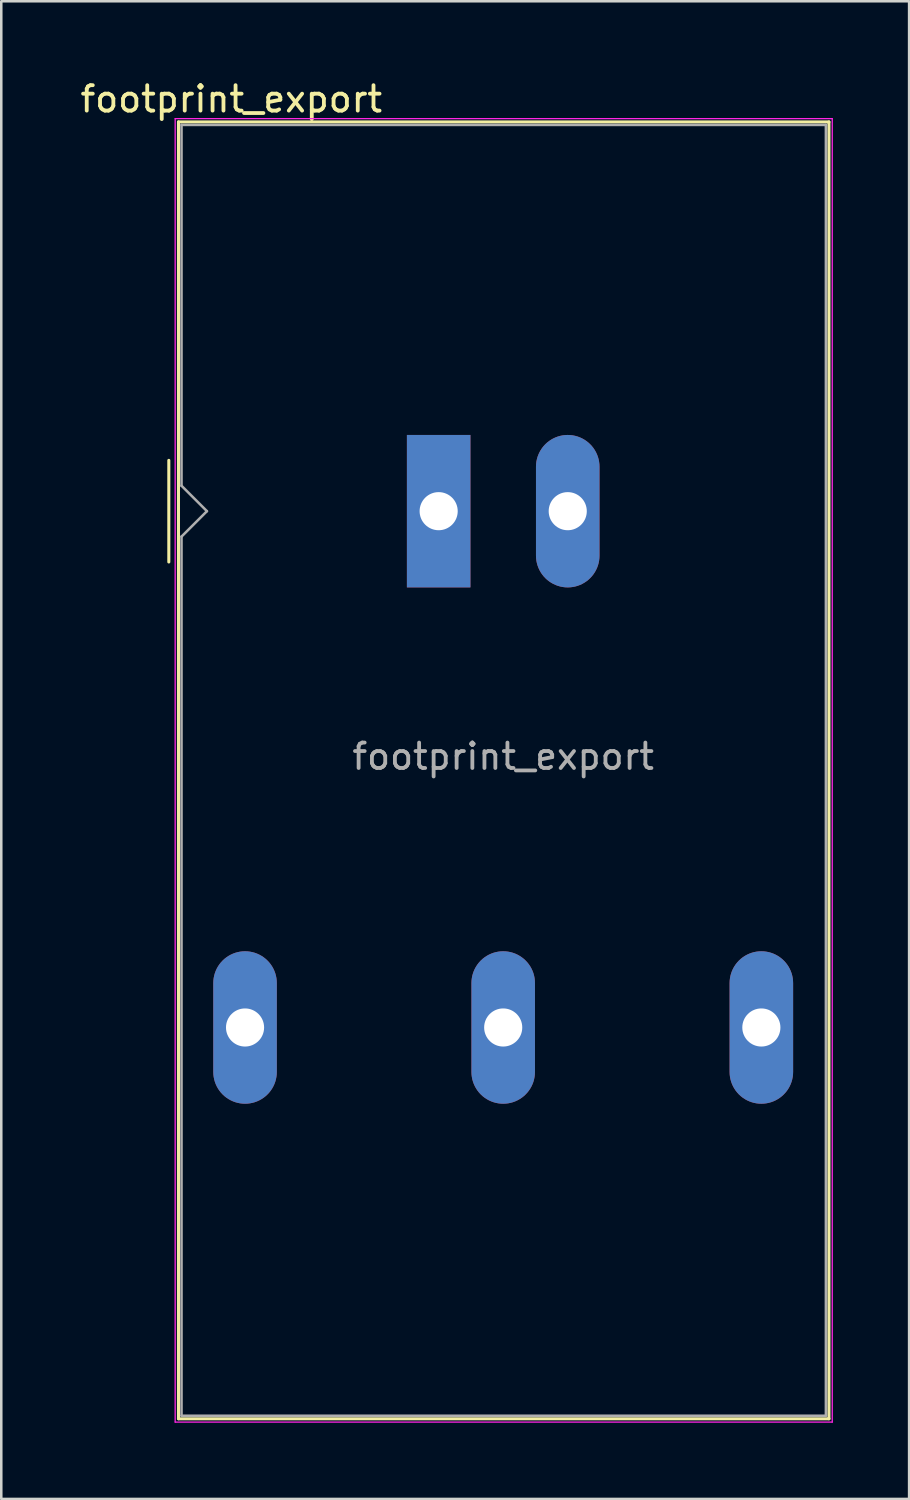
<source format=kicad_pcb>
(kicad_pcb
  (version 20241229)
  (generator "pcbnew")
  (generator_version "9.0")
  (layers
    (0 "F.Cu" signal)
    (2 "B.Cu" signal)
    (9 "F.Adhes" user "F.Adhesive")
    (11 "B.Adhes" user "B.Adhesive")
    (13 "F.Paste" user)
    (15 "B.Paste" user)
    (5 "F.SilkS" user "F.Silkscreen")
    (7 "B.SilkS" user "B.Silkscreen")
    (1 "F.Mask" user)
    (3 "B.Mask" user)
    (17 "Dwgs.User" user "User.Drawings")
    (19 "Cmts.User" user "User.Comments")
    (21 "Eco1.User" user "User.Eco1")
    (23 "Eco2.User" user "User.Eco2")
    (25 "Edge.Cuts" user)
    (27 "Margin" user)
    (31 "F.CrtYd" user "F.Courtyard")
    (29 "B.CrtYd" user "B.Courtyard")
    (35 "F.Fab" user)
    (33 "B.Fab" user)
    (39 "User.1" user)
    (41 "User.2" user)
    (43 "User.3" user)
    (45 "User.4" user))
  (footprint "footprint_export"
    (layer "F.Cu")
    (at 14.214 17.068)
    (property "Reference" "footprint_export" (at -8.16 -16.22 180) (layer "F.SilkS") (effects (font (size 1 1) (thickness 0.15))))
    (attr through_hole)
    (fp_line (start -10.62 -2) (end -10.62 2) (stroke (width 0.12) (type solid)) (layer "F.SilkS"))
    (fp_line (start -10.24 -15.32) (end 15.36 -15.32) (stroke (width 0.12) (type solid)) (layer "F.SilkS"))
    (fp_line (start -10.24 35.72) (end -10.24 -15.32) (stroke (width 0.12) (type solid)) (layer "F.SilkS"))
    (fp_line (start 15.36 -15.32) (end 15.36 35.72) (stroke (width 0.12) (type solid)) (layer "F.SilkS"))
    (fp_line (start 15.36 35.72) (end -10.24 35.72) (stroke (width 0.12) (type solid)) (layer "F.SilkS"))
    (fp_line (start -10.37 -15.45) (end 15.49 -15.45) (stroke (width 0.05) (type solid)) (layer "F.CrtYd"))
    (fp_line (start -10.37 35.85) (end -10.37 -15.45) (stroke (width 0.05) (type solid)) (layer "F.CrtYd"))
    (fp_line (start -10.37 35.85) (end 15.49 35.85) (stroke (width 0.05) (type solid)) (layer "F.CrtYd"))
    (fp_line (start 15.49 35.85) (end 15.49 -15.45) (stroke (width 0.05) (type solid)) (layer "F.CrtYd"))
    (fp_line (start -10.12 -1) (end -10.12 -15.2) (stroke (width 0.1) (type solid)) (layer "F.Fab"))
    (fp_line (start -10.12 1) (end -10.12 35.6) (stroke (width 0.1) (type solid)) (layer "F.Fab"))
    (fp_line (start -10.12 1) (end -9.12 0) (stroke (width 0.1) (type solid)) (layer "F.Fab"))
    (fp_line (start -10.12 35.6) (end 15.24 35.6) (stroke (width 0.1) (type solid)) (layer "F.Fab"))
    (fp_line (start -9.12 0) (end -10.12 -1) (stroke (width 0.1) (type solid)) (layer "F.Fab"))
    (fp_line (start 15.24 -15.2) (end -10.12 -15.2) (stroke (width 0.1) (type solid)) (layer "F.Fab"))
    (fp_line (start 15.24 35.6) (end 15.24 -15.2) (stroke (width 0.1) (type solid)) (layer "F.Fab"))
    (fp_text user "${REFERENCE}" (at 2.54 9.652 0) (layer "F.Fab") (effects (font (size 1 1) (thickness 0.15))))
    (pad "1" thru_hole rect (at 0 0 90) (size 6 2.5) (drill 1.5) (layers "*.Cu" "*.Mask"))
    (pad "2" thru_hole oval (at 5.08 0 90) (size 6 2.5) (drill 1.5) (layers "*.Cu" "*.Mask"))
    (pad "3" thru_hole oval (at -7.62 20.32 90) (size 6 2.5) (drill 1.5) (layers "*.Cu" "*.Mask"))
    (pad "4" thru_hole oval (at 2.54 20.32 90) (size 6 2.5) (drill 1.5) (layers "*.Cu" "*.Mask"))
    (pad "5" thru_hole oval (at 12.7 20.32 90) (size 6 2.5) (drill 1.5) (layers "*.Cu" "*.Mask")))
  (gr_rect
    (start -3 -3)
    (end 32.729 55.943)
    (stroke (width 0.1) (type default))
    (fill no)
    (layer "Edge.Cuts")))
</source>
